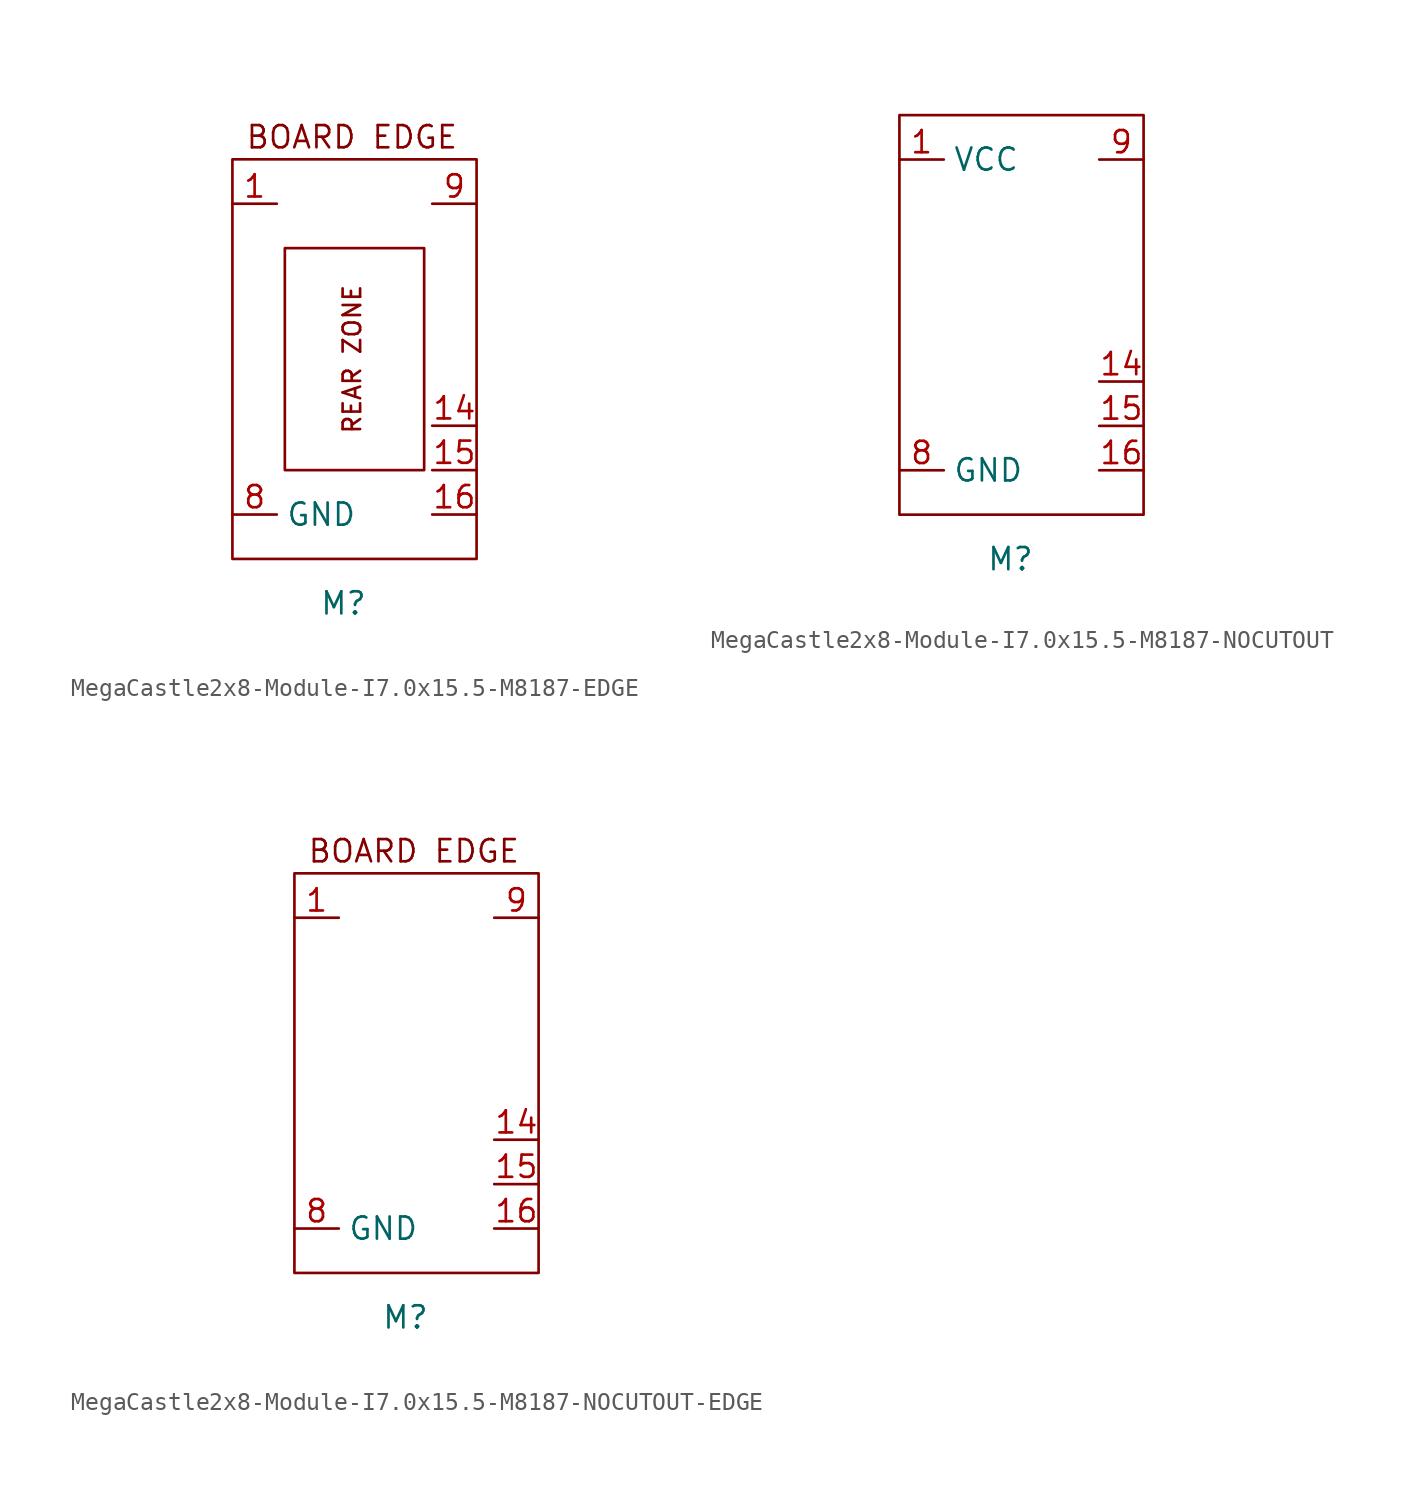
<source format=kicad_sym>
(kicad_symbol_lib
  (version 20231120)
  (generator "kicad_symbol_editor")
  (generator_version "8.0")
  (symbol "MegaCastle2x8-Module-I7.0x15.5-M8187-EDGE"
    (property "Reference" "M"
      (at 0 -13.97 0)
      (effects (font (size 1.27 1.27))))
    (property "Value" ""
      (at 0 5.08 0)
      (effects (font (size 1.27 1.27))))
    (symbol "MegaCastle2x8-Module-I7.0x15.5-M8187-EDGE_0_1"
      (rectangle (start -6.35 11.43) (end 7.62 -11.43) (stroke (width 0) (type default)) (fill (type none)))
      (rectangle (start -3.35 6.35) (end 4.62 -6.35) (stroke (width 0) (type default)) (fill (type none))))
    (symbol "MegaCastle2x8-Module-I7.0x15.5-M8187-EDGE_1_1"
      (text " BOARD EDGE" (at 0 12.7 0) (effects (font (size 1.27 1.27))))
      (text "REAR ZONE" (at 0.5 0 900) (effects (font (size 1 1))))
      (pin bidirectional line (at -6.35 8.89 0) (length 2.54) (name "" (effects (font (size 1.27 1.27)))) (number "1" (effects (font (size 1.27 1.27)))))
      (pin bidirectional line (at 7.62 -3.81 180) (length 2.54) (name "" (effects (font (size 1.27 1.27)))) (number "14" (effects (font (size 1.27 1.27)))))
      (pin bidirectional line (at 7.62 -6.35 180) (length 2.54) (name "" (effects (font (size 1.27 1.27)))) (number "15" (effects (font (size 1.27 1.27)))))
      (pin bidirectional line (at 7.62 -8.89 180) (length 2.54) (name "" (effects (font (size 1.27 1.27)))) (number "16" (effects (font (size 1.27 1.27)))))
      (pin bidirectional line (at -6.35 -8.89 0) (length 2.54) (name "GND" (effects (font (size 1.27 1.27)))) (number "8" (effects (font (size 1.27 1.27)))))
      (pin bidirectional line (at 7.62 8.89 180) (length 2.54) (name "" (effects (font (size 1.27 1.27)))) (number "9" (effects (font (size 1.27 1.27)))))))
  (symbol "MegaCastle2x8-Module-I7.0x15.5-M8187-NOCUTOUT"
    (property "Reference" "M"
      (at 0 -13.97 0)
      (effects (font (size 1.27 1.27))))
    (property "Value" ""
      (at 0 5.08 0)
      (effects (font (size 1.27 1.27))))
    (symbol "MegaCastle2x8-Module-I7.0x15.5-M8187-NOCUTOUT_0_1"
      (rectangle (start -6.35 11.43) (end 7.62 -11.43) (stroke (width 0) (type default)) (fill (type none))))
    (symbol "MegaCastle2x8-Module-I7.0x15.5-M8187-NOCUTOUT_1_1"
      (pin bidirectional line (at -6.35 8.89 0) (length 2.54) (name "VCC" (effects (font (size 1.27 1.27)))) (number "1" (effects (font (size 1.27 1.27)))))
      (pin bidirectional line (at 7.62 -3.81 180) (length 2.54) (name "" (effects (font (size 1.27 1.27)))) (number "14" (effects (font (size 1.27 1.27)))))
      (pin bidirectional line (at 7.62 -6.35 180) (length 2.54) (name "" (effects (font (size 1.27 1.27)))) (number "15" (effects (font (size 1.27 1.27)))))
      (pin bidirectional line (at 7.62 -8.89 180) (length 2.54) (name "" (effects (font (size 1.27 1.27)))) (number "16" (effects (font (size 1.27 1.27)))))
      (pin bidirectional line (at -6.35 -8.89 0) (length 2.54) (name "GND" (effects (font (size 1.27 1.27)))) (number "8" (effects (font (size 1.27 1.27)))))
      (pin bidirectional line (at 7.62 8.89 180) (length 2.54) (name "" (effects (font (size 1.27 1.27)))) (number "9" (effects (font (size 1.27 1.27)))))))
  (symbol "MegaCastle2x8-Module-I7.0x15.5-M8187-NOCUTOUT-EDGE"
    (property "Reference" "M"
      (at 0 -13.97 0)
      (effects (font (size 1.27 1.27))))
    (property "Value" ""
      (at 0 5.08 0)
      (effects (font (size 1.27 1.27))))
    (symbol "MegaCastle2x8-Module-I7.0x15.5-M8187-NOCUTOUT-EDGE_0_1"
      (rectangle (start -6.35 11.43) (end 7.62 -11.43) (stroke (width 0) (type default)) (fill (type none))))
    (symbol "MegaCastle2x8-Module-I7.0x15.5-M8187-NOCUTOUT-EDGE_1_1"
      (text " BOARD EDGE" (at 0 12.7 0) (effects (font (size 1.27 1.27))))
      (pin bidirectional line (at -6.35 8.89 0) (length 2.54) (name "" (effects (font (size 1.27 1.27)))) (number "1" (effects (font (size 1.27 1.27)))))
      (pin bidirectional line (at 7.62 -3.81 180) (length 2.54) (name "" (effects (font (size 1.27 1.27)))) (number "14" (effects (font (size 1.27 1.27)))))
      (pin bidirectional line (at 7.62 -6.35 180) (length 2.54) (name "" (effects (font (size 1.27 1.27)))) (number "15" (effects (font (size 1.27 1.27)))))
      (pin bidirectional line (at 7.62 -8.89 180) (length 2.54) (name "" (effects (font (size 1.27 1.27)))) (number "16" (effects (font (size 1.27 1.27)))))
      (pin bidirectional line (at -6.35 -8.89 0) (length 2.54) (name "GND" (effects (font (size 1.27 1.27)))) (number "8" (effects (font (size 1.27 1.27)))))
      (pin bidirectional line (at 7.62 8.89 180) (length 2.54) (name "" (effects (font (size 1.27 1.27)))) (number "9" (effects (font (size 1.27 1.27))))))))
</source>
